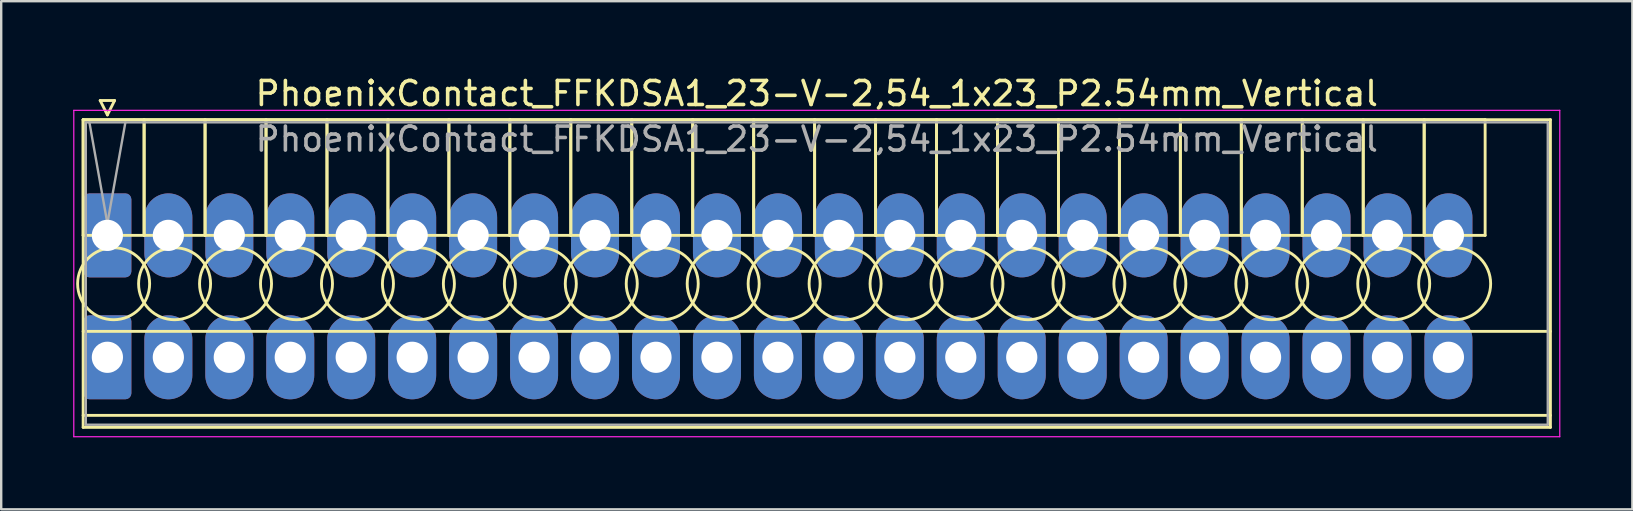
<source format=kicad_pcb>
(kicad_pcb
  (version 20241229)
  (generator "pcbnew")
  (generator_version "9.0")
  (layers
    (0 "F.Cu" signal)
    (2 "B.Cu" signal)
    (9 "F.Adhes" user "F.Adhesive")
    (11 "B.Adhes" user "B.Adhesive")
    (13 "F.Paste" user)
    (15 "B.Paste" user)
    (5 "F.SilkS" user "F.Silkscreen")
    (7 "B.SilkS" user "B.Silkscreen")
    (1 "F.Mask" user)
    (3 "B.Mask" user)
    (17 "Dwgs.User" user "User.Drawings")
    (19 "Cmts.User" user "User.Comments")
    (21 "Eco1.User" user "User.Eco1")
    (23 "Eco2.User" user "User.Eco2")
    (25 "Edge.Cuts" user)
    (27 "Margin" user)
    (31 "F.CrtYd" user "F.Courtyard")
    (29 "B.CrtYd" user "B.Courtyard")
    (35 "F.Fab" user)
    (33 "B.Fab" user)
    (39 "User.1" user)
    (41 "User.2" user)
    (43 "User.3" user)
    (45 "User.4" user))
  (footprint "PhoenixContact_FFKDSA1_23-V-2,54_1x23_P2.54mm_Vertical"
    (layer "F.Cu")
    (at 1.425 6.758)
    (property "Reference" "PhoenixContact_FFKDSA1_23-V-2,54_1x23_P2.54mm_Vertical" (at 29.56 -5.91 0) (layer "F.SilkS") (effects (font (size 1 1) (thickness 0.15))))
    (attr through_hole)
    (fp_line (start -1.01 -4.82) (end -1.01 0) (stroke (width 0.12) (type solid)) (layer "F.SilkS"))
    (fp_line (start -1.01 -4.82) (end -1.01 8) (stroke (width 0.12) (type solid)) (layer "F.SilkS"))
    (fp_line (start -1.01 0) (end 1.53 0) (stroke (width 0.12) (type solid)) (layer "F.SilkS"))
    (fp_line (start -1.01 4) (end 60.13 4) (stroke (width 0.12) (type solid)) (layer "F.SilkS"))
    (fp_line (start -1.01 7.5) (end 60.13 7.5) (stroke (width 0.12) (type solid)) (layer "F.SilkS"))
    (fp_line (start -1.01 8) (end 60.13 8) (stroke (width 0.12) (type solid)) (layer "F.SilkS"))
    (fp_line (start -0.3 -5.62) (end 0.3 -5.62) (stroke (width 0.12) (type solid)) (layer "F.SilkS"))
    (fp_line (start 0 -5.02) (end -0.3 -5.62) (stroke (width 0.12) (type solid)) (layer "F.SilkS"))
    (fp_line (start 0.3 -5.62) (end 0 -5.02) (stroke (width 0.12) (type solid)) (layer "F.SilkS"))
    (fp_line (start 1.53 -4.82) (end -1.01 -4.82) (stroke (width 0.12) (type solid)) (layer "F.SilkS"))
    (fp_line (start 1.53 -4.82) (end 1.53 0) (stroke (width 0.12) (type solid)) (layer "F.SilkS"))
    (fp_line (start 1.53 0) (end 1.53 -4.82) (stroke (width 0.12) (type solid)) (layer "F.SilkS"))
    (fp_line (start 1.53 0) (end 4.07 0) (stroke (width 0.12) (type solid)) (layer "F.SilkS"))
    (fp_line (start 4.07 -4.82) (end 1.53 -4.82) (stroke (width 0.12) (type solid)) (layer "F.SilkS"))
    (fp_line (start 4.07 -4.82) (end 4.07 0) (stroke (width 0.12) (type solid)) (layer "F.SilkS"))
    (fp_line (start 4.07 0) (end 4.07 -4.82) (stroke (width 0.12) (type solid)) (layer "F.SilkS"))
    (fp_line (start 4.07 0) (end 6.61 0) (stroke (width 0.12) (type solid)) (layer "F.SilkS"))
    (fp_line (start 6.61 -4.82) (end 4.07 -4.82) (stroke (width 0.12) (type solid)) (layer "F.SilkS"))
    (fp_line (start 6.61 -4.82) (end 6.61 0) (stroke (width 0.12) (type solid)) (layer "F.SilkS"))
    (fp_line (start 6.61 0) (end 6.61 -4.82) (stroke (width 0.12) (type solid)) (layer "F.SilkS"))
    (fp_line (start 6.61 0) (end 9.15 0) (stroke (width 0.12) (type solid)) (layer "F.SilkS"))
    (fp_line (start 9.15 -4.82) (end 6.61 -4.82) (stroke (width 0.12) (type solid)) (layer "F.SilkS"))
    (fp_line (start 9.15 -4.82) (end 9.15 0) (stroke (width 0.12) (type solid)) (layer "F.SilkS"))
    (fp_line (start 9.15 0) (end 9.15 -4.82) (stroke (width 0.12) (type solid)) (layer "F.SilkS"))
    (fp_line (start 9.15 0) (end 11.69 0) (stroke (width 0.12) (type solid)) (layer "F.SilkS"))
    (fp_line (start 11.69 -4.82) (end 9.15 -4.82) (stroke (width 0.12) (type solid)) (layer "F.SilkS"))
    (fp_line (start 11.69 -4.82) (end 11.69 0) (stroke (width 0.12) (type solid)) (layer "F.SilkS"))
    (fp_line (start 11.69 0) (end 11.69 -4.82) (stroke (width 0.12) (type solid)) (layer "F.SilkS"))
    (fp_line (start 11.69 0) (end 14.23 0) (stroke (width 0.12) (type solid)) (layer "F.SilkS"))
    (fp_line (start 14.23 -4.82) (end 11.69 -4.82) (stroke (width 0.12) (type solid)) (layer "F.SilkS"))
    (fp_line (start 14.23 -4.82) (end 14.23 0) (stroke (width 0.12) (type solid)) (layer "F.SilkS"))
    (fp_line (start 14.23 0) (end 14.23 -4.82) (stroke (width 0.12) (type solid)) (layer "F.SilkS"))
    (fp_line (start 14.23 0) (end 16.77 0) (stroke (width 0.12) (type solid)) (layer "F.SilkS"))
    (fp_line (start 16.77 -4.82) (end 14.23 -4.82) (stroke (width 0.12) (type solid)) (layer "F.SilkS"))
    (fp_line (start 16.77 -4.82) (end 16.77 0) (stroke (width 0.12) (type solid)) (layer "F.SilkS"))
    (fp_line (start 16.77 0) (end 16.77 -4.82) (stroke (width 0.12) (type solid)) (layer "F.SilkS"))
    (fp_line (start 16.77 0) (end 19.31 0) (stroke (width 0.12) (type solid)) (layer "F.SilkS"))
    (fp_line (start 19.31 -4.82) (end 16.77 -4.82) (stroke (width 0.12) (type solid)) (layer "F.SilkS"))
    (fp_line (start 19.31 -4.82) (end 19.31 0) (stroke (width 0.12) (type solid)) (layer "F.SilkS"))
    (fp_line (start 19.31 0) (end 19.31 -4.82) (stroke (width 0.12) (type solid)) (layer "F.SilkS"))
    (fp_line (start 19.31 0) (end 21.85 0) (stroke (width 0.12) (type solid)) (layer "F.SilkS"))
    (fp_line (start 21.85 -4.82) (end 19.31 -4.82) (stroke (width 0.12) (type solid)) (layer "F.SilkS"))
    (fp_line (start 21.85 -4.82) (end 21.85 0) (stroke (width 0.12) (type solid)) (layer "F.SilkS"))
    (fp_line (start 21.85 0) (end 21.85 -4.82) (stroke (width 0.12) (type solid)) (layer "F.SilkS"))
    (fp_line (start 21.85 0) (end 24.39 0) (stroke (width 0.12) (type solid)) (layer "F.SilkS"))
    (fp_line (start 24.39 -4.82) (end 21.85 -4.82) (stroke (width 0.12) (type solid)) (layer "F.SilkS"))
    (fp_line (start 24.39 -4.82) (end 24.39 0) (stroke (width 0.12) (type solid)) (layer "F.SilkS"))
    (fp_line (start 24.39 0) (end 24.39 -4.82) (stroke (width 0.12) (type solid)) (layer "F.SilkS"))
    (fp_line (start 24.39 0) (end 26.93 0) (stroke (width 0.12) (type solid)) (layer "F.SilkS"))
    (fp_line (start 26.93 -4.82) (end 24.39 -4.82) (stroke (width 0.12) (type solid)) (layer "F.SilkS"))
    (fp_line (start 26.93 -4.82) (end 26.93 0) (stroke (width 0.12) (type solid)) (layer "F.SilkS"))
    (fp_line (start 26.93 0) (end 26.93 -4.82) (stroke (width 0.12) (type solid)) (layer "F.SilkS"))
    (fp_line (start 26.93 0) (end 29.47 0) (stroke (width 0.12) (type solid)) (layer "F.SilkS"))
    (fp_line (start 29.47 -4.82) (end 26.93 -4.82) (stroke (width 0.12) (type solid)) (layer "F.SilkS"))
    (fp_line (start 29.47 -4.82) (end 29.47 0) (stroke (width 0.12) (type solid)) (layer "F.SilkS"))
    (fp_line (start 29.47 0) (end 29.47 -4.82) (stroke (width 0.12) (type solid)) (layer "F.SilkS"))
    (fp_line (start 29.47 0) (end 32.01 0) (stroke (width 0.12) (type solid)) (layer "F.SilkS"))
    (fp_line (start 32.01 -4.82) (end 29.47 -4.82) (stroke (width 0.12) (type solid)) (layer "F.SilkS"))
    (fp_line (start 32.01 -4.82) (end 32.01 0) (stroke (width 0.12) (type solid)) (layer "F.SilkS"))
    (fp_line (start 32.01 0) (end 32.01 -4.82) (stroke (width 0.12) (type solid)) (layer "F.SilkS"))
    (fp_line (start 32.01 0) (end 34.55 0) (stroke (width 0.12) (type solid)) (layer "F.SilkS"))
    (fp_line (start 34.55 -4.82) (end 32.01 -4.82) (stroke (width 0.12) (type solid)) (layer "F.SilkS"))
    (fp_line (start 34.55 -4.82) (end 34.55 0) (stroke (width 0.12) (type solid)) (layer "F.SilkS"))
    (fp_line (start 34.55 0) (end 34.55 -4.82) (stroke (width 0.12) (type solid)) (layer "F.SilkS"))
    (fp_line (start 34.55 0) (end 37.09 0) (stroke (width 0.12) (type solid)) (layer "F.SilkS"))
    (fp_line (start 37.09 -4.82) (end 34.55 -4.82) (stroke (width 0.12) (type solid)) (layer "F.SilkS"))
    (fp_line (start 37.09 -4.82) (end 37.09 0) (stroke (width 0.12) (type solid)) (layer "F.SilkS"))
    (fp_line (start 37.09 0) (end 37.09 -4.82) (stroke (width 0.12) (type solid)) (layer "F.SilkS"))
    (fp_line (start 37.09 0) (end 39.63 0) (stroke (width 0.12) (type solid)) (layer "F.SilkS"))
    (fp_line (start 39.63 -4.82) (end 37.09 -4.82) (stroke (width 0.12) (type solid)) (layer "F.SilkS"))
    (fp_line (start 39.63 -4.82) (end 39.63 0) (stroke (width 0.12) (type solid)) (layer "F.SilkS"))
    (fp_line (start 39.63 0) (end 39.63 -4.82) (stroke (width 0.12) (type solid)) (layer "F.SilkS"))
    (fp_line (start 39.63 0) (end 42.17 0) (stroke (width 0.12) (type solid)) (layer "F.SilkS"))
    (fp_line (start 42.17 -4.82) (end 39.63 -4.82) (stroke (width 0.12) (type solid)) (layer "F.SilkS"))
    (fp_line (start 42.17 -4.82) (end 42.17 0) (stroke (width 0.12) (type solid)) (layer "F.SilkS"))
    (fp_line (start 42.17 0) (end 42.17 -4.82) (stroke (width 0.12) (type solid)) (layer "F.SilkS"))
    (fp_line (start 42.17 0) (end 44.71 0) (stroke (width 0.12) (type solid)) (layer "F.SilkS"))
    (fp_line (start 44.71 -4.82) (end 42.17 -4.82) (stroke (width 0.12) (type solid)) (layer "F.SilkS"))
    (fp_line (start 44.71 -4.82) (end 44.71 0) (stroke (width 0.12) (type solid)) (layer "F.SilkS"))
    (fp_line (start 44.71 0) (end 44.71 -4.82) (stroke (width 0.12) (type solid)) (layer "F.SilkS"))
    (fp_line (start 44.71 0) (end 47.25 0) (stroke (width 0.12) (type solid)) (layer "F.SilkS"))
    (fp_line (start 47.25 -4.82) (end 44.71 -4.82) (stroke (width 0.12) (type solid)) (layer "F.SilkS"))
    (fp_line (start 47.25 -4.82) (end 47.25 0) (stroke (width 0.12) (type solid)) (layer "F.SilkS"))
    (fp_line (start 47.25 0) (end 47.25 -4.82) (stroke (width 0.12) (type solid)) (layer "F.SilkS"))
    (fp_line (start 47.25 0) (end 49.79 0) (stroke (width 0.12) (type solid)) (layer "F.SilkS"))
    (fp_line (start 49.79 -4.82) (end 47.25 -4.82) (stroke (width 0.12) (type solid)) (layer "F.SilkS"))
    (fp_line (start 49.79 -4.82) (end 49.79 0) (stroke (width 0.12) (type solid)) (layer "F.SilkS"))
    (fp_line (start 49.79 0) (end 49.79 -4.82) (stroke (width 0.12) (type solid)) (layer "F.SilkS"))
    (fp_line (start 49.79 0) (end 52.33 0) (stroke (width 0.12) (type solid)) (layer "F.SilkS"))
    (fp_line (start 52.33 -4.82) (end 49.79 -4.82) (stroke (width 0.12) (type solid)) (layer "F.SilkS"))
    (fp_line (start 52.33 -4.82) (end 52.33 0) (stroke (width 0.12) (type solid)) (layer "F.SilkS"))
    (fp_line (start 52.33 0) (end 52.33 -4.82) (stroke (width 0.12) (type solid)) (layer "F.SilkS"))
    (fp_line (start 52.33 0) (end 54.87 0) (stroke (width 0.12) (type solid)) (layer "F.SilkS"))
    (fp_line (start 54.87 -4.82) (end 52.33 -4.82) (stroke (width 0.12) (type solid)) (layer "F.SilkS"))
    (fp_line (start 54.87 -4.82) (end 54.87 0) (stroke (width 0.12) (type solid)) (layer "F.SilkS"))
    (fp_line (start 54.87 0) (end 54.87 -4.82) (stroke (width 0.12) (type solid)) (layer "F.SilkS"))
    (fp_line (start 54.87 0) (end 57.41 0) (stroke (width 0.12) (type solid)) (layer "F.SilkS"))
    (fp_line (start 57.41 -4.82) (end 54.87 -4.82) (stroke (width 0.12) (type solid)) (layer "F.SilkS"))
    (fp_line (start 57.41 0) (end 57.41 -4.82) (stroke (width 0.12) (type solid)) (layer "F.SilkS"))
    (fp_line (start 60.13 -4.82) (end -1.01 -4.82) (stroke (width 0.12) (type solid)) (layer "F.SilkS"))
    (fp_line (start 60.13 8) (end 60.13 -4.82) (stroke (width 0.12) (type solid)) (layer "F.SilkS"))
    (fp_circle (center 0.26 2.015) (end 1.76 2.015) (stroke (width 0.12) (type solid)) (fill no) (layer "F.SilkS"))
    (fp_circle (center 2.8 2.015) (end 4.3 2.015) (stroke (width 0.12) (type solid)) (fill no) (layer "F.SilkS"))
    (fp_circle (center 5.34 2.015) (end 6.84 2.015) (stroke (width 0.12) (type solid)) (fill no) (layer "F.SilkS"))
    (fp_circle (center 7.88 2.015) (end 9.38 2.015) (stroke (width 0.12) (type solid)) (fill no) (layer "F.SilkS"))
    (fp_circle (center 10.42 2.015) (end 11.92 2.015) (stroke (width 0.12) (type solid)) (fill no) (layer "F.SilkS"))
    (fp_circle (center 12.96 2.015) (end 14.46 2.015) (stroke (width 0.12) (type solid)) (fill no) (layer "F.SilkS"))
    (fp_circle (center 15.5 2.015) (end 17 2.015) (stroke (width 0.12) (type solid)) (fill no) (layer "F.SilkS"))
    (fp_circle (center 18.04 2.015) (end 19.54 2.015) (stroke (width 0.12) (type solid)) (fill no) (layer "F.SilkS"))
    (fp_circle (center 20.58 2.015) (end 22.08 2.015) (stroke (width 0.12) (type solid)) (fill no) (layer "F.SilkS"))
    (fp_circle (center 23.12 2.015) (end 24.62 2.015) (stroke (width 0.12) (type solid)) (fill no) (layer "F.SilkS"))
    (fp_circle (center 25.66 2.015) (end 27.16 2.015) (stroke (width 0.12) (type solid)) (fill no) (layer "F.SilkS"))
    (fp_circle (center 28.2 2.015) (end 29.7 2.015) (stroke (width 0.12) (type solid)) (fill no) (layer "F.SilkS"))
    (fp_circle (center 30.74 2.015) (end 32.24 2.015) (stroke (width 0.12) (type solid)) (fill no) (layer "F.SilkS"))
    (fp_circle (center 33.28 2.015) (end 34.78 2.015) (stroke (width 0.12) (type solid)) (fill no) (layer "F.SilkS"))
    (fp_circle (center 35.82 2.015) (end 37.32 2.015) (stroke (width 0.12) (type solid)) (fill no) (layer "F.SilkS"))
    (fp_circle (center 38.36 2.015) (end 39.86 2.015) (stroke (width 0.12) (type solid)) (fill no) (layer "F.SilkS"))
    (fp_circle (center 40.9 2.015) (end 42.4 2.015) (stroke (width 0.12) (type solid)) (fill no) (layer "F.SilkS"))
    (fp_circle (center 43.44 2.015) (end 44.94 2.015) (stroke (width 0.12) (type solid)) (fill no) (layer "F.SilkS"))
    (fp_circle (center 45.98 2.015) (end 47.48 2.015) (stroke (width 0.12) (type solid)) (fill no) (layer "F.SilkS"))
    (fp_circle (center 48.52 2.015) (end 50.02 2.015) (stroke (width 0.12) (type solid)) (fill no) (layer "F.SilkS"))
    (fp_circle (center 51.06 2.015) (end 52.56 2.015) (stroke (width 0.12) (type solid)) (fill no) (layer "F.SilkS"))
    (fp_circle (center 53.6 2.015) (end 55.1 2.015) (stroke (width 0.12) (type solid)) (fill no) (layer "F.SilkS"))
    (fp_circle (center 56.14 2.015) (end 57.64 2.015) (stroke (width 0.12) (type solid)) (fill no) (layer "F.SilkS"))
    (fp_line (start -1.4 -5.21) (end -1.4 8.39) (stroke (width 0.05) (type solid)) (layer "F.CrtYd"))
    (fp_line (start -1.4 8.39) (end 60.52 8.39) (stroke (width 0.05) (type solid)) (layer "F.CrtYd"))
    (fp_line (start 60.52 -5.21) (end -1.4 -5.21) (stroke (width 0.05) (type solid)) (layer "F.CrtYd"))
    (fp_line (start 60.52 8.39) (end 60.52 -5.21) (stroke (width 0.05) (type solid)) (layer "F.CrtYd"))
    (fp_line (start -0.9 -4.71) (end -0.9 7.89) (stroke (width 0.1) (type solid)) (layer "F.Fab"))
    (fp_line (start -0.9 7.89) (end 60.02 7.89) (stroke (width 0.1) (type solid)) (layer "F.Fab"))
    (fp_line (start 0 -0.5) (end -0.75 -4.71) (stroke (width 0.1) (type solid)) (layer "F.Fab"))
    (fp_line (start 0.75 -4.71) (end 0 -0.5) (stroke (width 0.1) (type solid)) (layer "F.Fab"))
    (fp_line (start 60.02 -4.71) (end -0.9 -4.71) (stroke (width 0.1) (type solid)) (layer "F.Fab"))
    (fp_line (start 60.02 7.89) (end 60.02 -4.71) (stroke (width 0.1) (type solid)) (layer "F.Fab"))
    (fp_text user "${REFERENCE}" (at 29.56 -4.01 0) (layer "F.Fab") (effects (font (size 1 1) (thickness 0.15))))
    (pad "1" thru_hole roundrect (at 0 0) (size 2 3.5) (drill 1.3) (layers "*.Cu" "*.Mask") (roundrect_rratio 0.125))
    (pad "1" thru_hole roundrect (at 0 5.08) (size 2 3.5) (drill 1.3) (layers "*.Cu" "*.Mask") (roundrect_rratio 0.125))
    (pad "2" thru_hole oval (at 2.54 0) (size 2 3.5) (drill 1.3) (layers "*.Cu" "*.Mask"))
    (pad "2" thru_hole oval (at 2.54 5.08) (size 2 3.5) (drill 1.3) (layers "*.Cu" "*.Mask"))
    (pad "3" thru_hole oval (at 5.08 0) (size 2 3.5) (drill 1.3) (layers "*.Cu" "*.Mask"))
    (pad "3" thru_hole oval (at 5.08 5.08) (size 2 3.5) (drill 1.3) (layers "*.Cu" "*.Mask"))
    (pad "4" thru_hole oval (at 7.62 0) (size 2 3.5) (drill 1.3) (layers "*.Cu" "*.Mask"))
    (pad "4" thru_hole oval (at 7.62 5.08) (size 2 3.5) (drill 1.3) (layers "*.Cu" "*.Mask"))
    (pad "5" thru_hole oval (at 10.16 0) (size 2 3.5) (drill 1.3) (layers "*.Cu" "*.Mask"))
    (pad "5" thru_hole oval (at 10.16 5.08) (size 2 3.5) (drill 1.3) (layers "*.Cu" "*.Mask"))
    (pad "6" thru_hole oval (at 12.7 0) (size 2 3.5) (drill 1.3) (layers "*.Cu" "*.Mask"))
    (pad "6" thru_hole oval (at 12.7 5.08) (size 2 3.5) (drill 1.3) (layers "*.Cu" "*.Mask"))
    (pad "7" thru_hole oval (at 15.24 0) (size 2 3.5) (drill 1.3) (layers "*.Cu" "*.Mask"))
    (pad "7" thru_hole oval (at 15.24 5.08) (size 2 3.5) (drill 1.3) (layers "*.Cu" "*.Mask"))
    (pad "8" thru_hole oval (at 17.78 0) (size 2 3.5) (drill 1.3) (layers "*.Cu" "*.Mask"))
    (pad "8" thru_hole oval (at 17.78 5.08) (size 2 3.5) (drill 1.3) (layers "*.Cu" "*.Mask"))
    (pad "9" thru_hole oval (at 20.32 0) (size 2 3.5) (drill 1.3) (layers "*.Cu" "*.Mask"))
    (pad "9" thru_hole oval (at 20.32 5.08) (size 2 3.5) (drill 1.3) (layers "*.Cu" "*.Mask"))
    (pad "10" thru_hole oval (at 22.86 0) (size 2 3.5) (drill 1.3) (layers "*.Cu" "*.Mask"))
    (pad "10" thru_hole oval (at 22.86 5.08) (size 2 3.5) (drill 1.3) (layers "*.Cu" "*.Mask"))
    (pad "11" thru_hole oval (at 25.4 0) (size 2 3.5) (drill 1.3) (layers "*.Cu" "*.Mask"))
    (pad "11" thru_hole oval (at 25.4 5.08) (size 2 3.5) (drill 1.3) (layers "*.Cu" "*.Mask"))
    (pad "12" thru_hole oval (at 27.94 0) (size 2 3.5) (drill 1.3) (layers "*.Cu" "*.Mask"))
    (pad "12" thru_hole oval (at 27.94 5.08) (size 2 3.5) (drill 1.3) (layers "*.Cu" "*.Mask"))
    (pad "13" thru_hole oval (at 30.48 0) (size 2 3.5) (drill 1.3) (layers "*.Cu" "*.Mask"))
    (pad "13" thru_hole oval (at 30.48 5.08) (size 2 3.5) (drill 1.3) (layers "*.Cu" "*.Mask"))
    (pad "14" thru_hole oval (at 33.02 0) (size 2 3.5) (drill 1.3) (layers "*.Cu" "*.Mask"))
    (pad "14" thru_hole oval (at 33.02 5.08) (size 2 3.5) (drill 1.3) (layers "*.Cu" "*.Mask"))
    (pad "15" thru_hole oval (at 35.56 0) (size 2 3.5) (drill 1.3) (layers "*.Cu" "*.Mask"))
    (pad "15" thru_hole oval (at 35.56 5.08) (size 2 3.5) (drill 1.3) (layers "*.Cu" "*.Mask"))
    (pad "16" thru_hole oval (at 38.1 0) (size 2 3.5) (drill 1.3) (layers "*.Cu" "*.Mask"))
    (pad "16" thru_hole oval (at 38.1 5.08) (size 2 3.5) (drill 1.3) (layers "*.Cu" "*.Mask"))
    (pad "17" thru_hole oval (at 40.64 0) (size 2 3.5) (drill 1.3) (layers "*.Cu" "*.Mask"))
    (pad "17" thru_hole oval (at 40.64 5.08) (size 2 3.5) (drill 1.3) (layers "*.Cu" "*.Mask"))
    (pad "18" thru_hole oval (at 43.18 0) (size 2 3.5) (drill 1.3) (layers "*.Cu" "*.Mask"))
    (pad "18" thru_hole oval (at 43.18 5.08) (size 2 3.5) (drill 1.3) (layers "*.Cu" "*.Mask"))
    (pad "19" thru_hole oval (at 45.72 0) (size 2 3.5) (drill 1.3) (layers "*.Cu" "*.Mask"))
    (pad "19" thru_hole oval (at 45.72 5.08) (size 2 3.5) (drill 1.3) (layers "*.Cu" "*.Mask"))
    (pad "20" thru_hole oval (at 48.26 0) (size 2 3.5) (drill 1.3) (layers "*.Cu" "*.Mask"))
    (pad "20" thru_hole oval (at 48.26 5.08) (size 2 3.5) (drill 1.3) (layers "*.Cu" "*.Mask"))
    (pad "21" thru_hole oval (at 50.8 0) (size 2 3.5) (drill 1.3) (layers "*.Cu" "*.Mask"))
    (pad "21" thru_hole oval (at 50.8 5.08) (size 2 3.5) (drill 1.3) (layers "*.Cu" "*.Mask"))
    (pad "22" thru_hole oval (at 53.34 0) (size 2 3.5) (drill 1.3) (layers "*.Cu" "*.Mask"))
    (pad "22" thru_hole oval (at 53.34 5.08) (size 2 3.5) (drill 1.3) (layers "*.Cu" "*.Mask"))
    (pad "23" thru_hole oval (at 55.88 0) (size 2 3.5) (drill 1.3) (layers "*.Cu" "*.Mask"))
    (pad "23" thru_hole oval (at 55.88 5.08) (size 2 3.5) (drill 1.3) (layers "*.Cu" "*.Mask")))
  (gr_rect
    (start -3 -3)
    (end 64.97 18.173)
    (stroke (width 0.1) (type default))
    (fill no)
    (layer "Edge.Cuts")))
</source>
